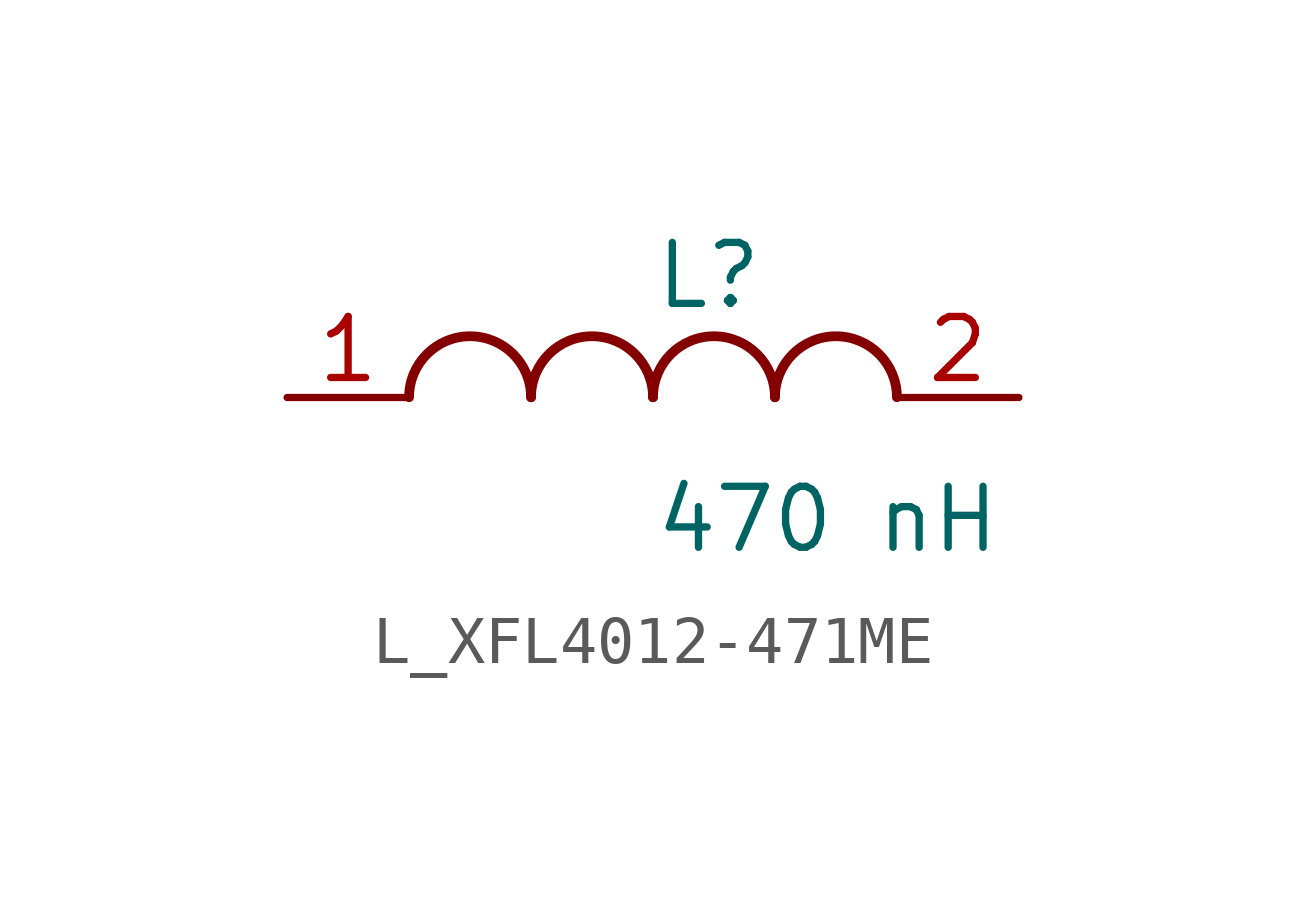
<source format=kicad_sym>
(kicad_symbol_lib
  (version 20231120)
  (generator "kicad_symbol_editor")
  (generator_version "8.0")
  (symbol "L_XFL4012-471ME"
    (pin_names
      (offset 0.254))
    (property "Value" "470 nH"
      (at 0 -2.54 0)
      (effects (font (size 1.27 1.27)) (justify left)))
    (property "Reference" "L"
      (at 0 2.54 0)
      (effects (font (size 1.27 1.27)) (justify left)))
    (symbol "L_XFL4012-471ME_1_1"
      (arc (start -2.54 0.0056) (mid -3.81 1.27) (end -5.08 0.0056) (stroke (width 0.2032) (type default)) (fill (type none)))
      (arc (start 0 0.0056) (mid -1.27 1.27) (end -2.54 0.0056) (stroke (width 0.2032) (type default)) (fill (type none)))
      (arc (start 2.54 0.0056) (mid 1.27 1.27) (end 0 0.0056) (stroke (width 0.2032) (type default)) (fill (type none)))
      (arc (start 5.08 0.0056) (mid 3.81 1.27) (end 2.54 0.0056) (stroke (width 0.2032) (type default)) (fill (type none)))
      (pin unspecified line (at -7.62 0 0) (length 2.54) (name "" (effects (font (size 1.27 1.27)))) (number "1" (effects (font (size 1.27 1.27)))))
      (pin unspecified line (at 7.62 0 180) (length 2.54) (name "" (effects (font (size 1.27 1.27)))) (number "2" (effects (font (size 1.27 1.27))))))))
</source>
